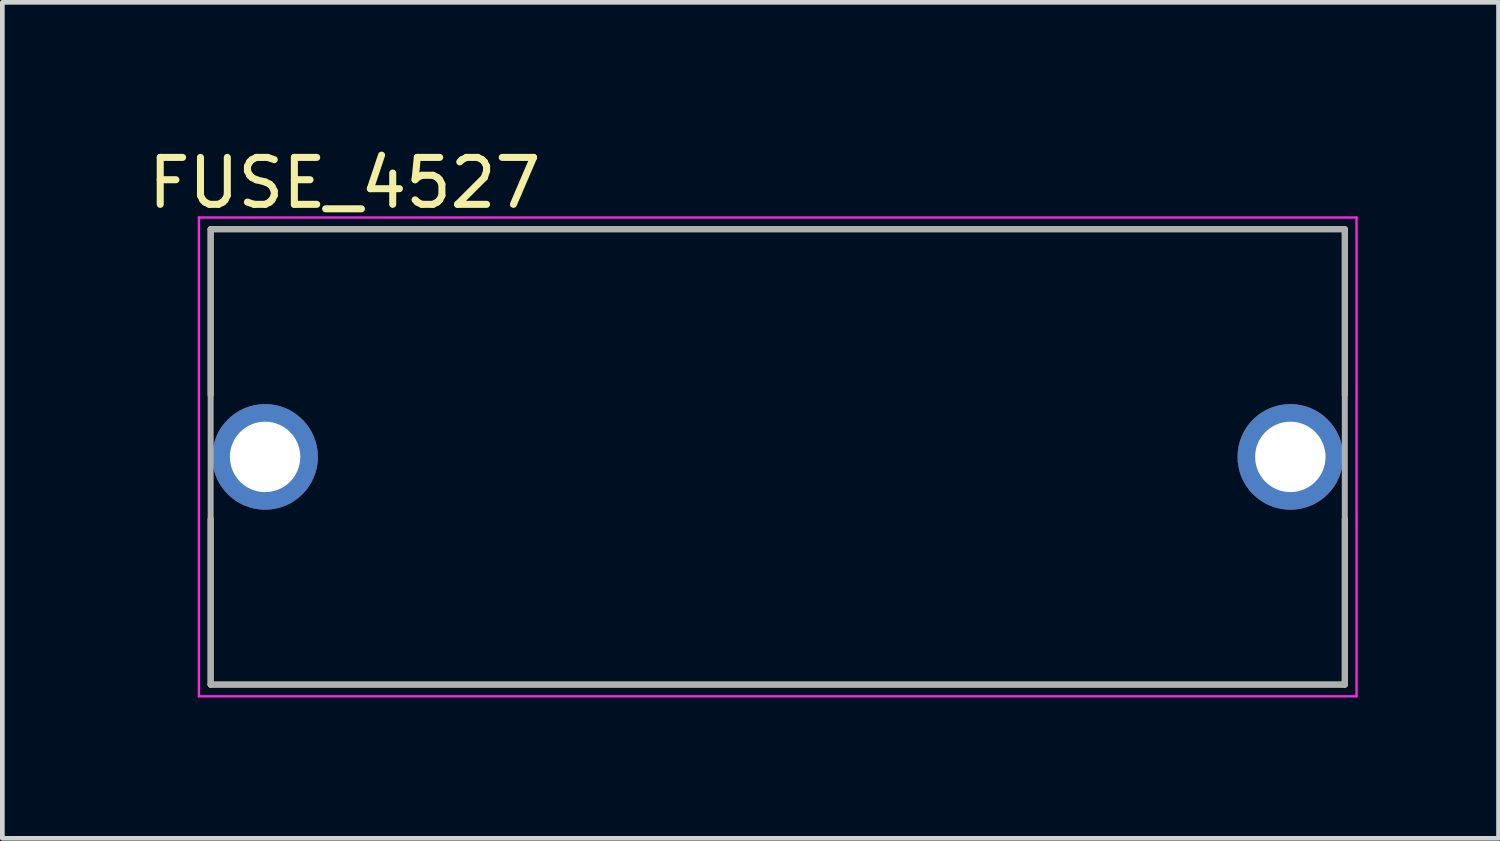
<source format=kicad_pcb>
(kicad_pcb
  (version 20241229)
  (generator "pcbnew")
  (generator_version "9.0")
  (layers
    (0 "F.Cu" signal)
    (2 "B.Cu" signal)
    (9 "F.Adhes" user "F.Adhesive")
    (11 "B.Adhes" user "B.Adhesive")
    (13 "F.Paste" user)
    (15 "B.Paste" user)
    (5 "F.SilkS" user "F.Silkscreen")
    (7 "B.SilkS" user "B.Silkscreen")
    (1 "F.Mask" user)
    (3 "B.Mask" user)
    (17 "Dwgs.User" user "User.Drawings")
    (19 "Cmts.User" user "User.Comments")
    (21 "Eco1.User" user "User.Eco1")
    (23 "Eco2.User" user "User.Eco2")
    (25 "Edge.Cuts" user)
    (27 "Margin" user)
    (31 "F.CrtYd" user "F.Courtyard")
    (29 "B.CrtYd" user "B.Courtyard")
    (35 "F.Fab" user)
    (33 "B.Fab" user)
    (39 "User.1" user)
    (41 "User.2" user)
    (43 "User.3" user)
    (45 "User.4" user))
  (footprint "FUSE_4527"
    (layer "F.Cu")
    (at 13.517 6.683)
    (property "Reference" "FUSE_4527" (at -9.225 -5.835 0) (layer "F.SilkS") (effects (font (size 1 1) (thickness 0.15))))
    (attr through_hole)
    (fp_line (start -12.08 -4.85) (end -12.08 -1.32) (stroke (width 0.127) (type solid)) (layer "F.SilkS"))
    (fp_line (start -12.08 -4.85) (end 12.08 -4.85) (stroke (width 0.127) (type solid)) (layer "F.SilkS"))
    (fp_line (start -12.08 4.85) (end -12.08 1.32) (stroke (width 0.127) (type solid)) (layer "F.SilkS"))
    (fp_line (start -12.08 4.85) (end 12.08 4.85) (stroke (width 0.127) (type solid)) (layer "F.SilkS"))
    (fp_line (start 12.08 -4.85) (end 12.08 -1.32) (stroke (width 0.127) (type solid)) (layer "F.SilkS"))
    (fp_line (start 12.08 4.85) (end 12.08 1.32) (stroke (width 0.127) (type solid)) (layer "F.SilkS"))
    (fp_line (start -12.33 -5.1) (end 12.33 -5.1) (stroke (width 0.05) (type solid)) (layer "F.CrtYd"))
    (fp_line (start -12.33 5.1) (end -12.33 -5.1) (stroke (width 0.05) (type solid)) (layer "F.CrtYd"))
    (fp_line (start 12.33 -5.1) (end 12.33 5.1) (stroke (width 0.05) (type solid)) (layer "F.CrtYd"))
    (fp_line (start 12.33 5.1) (end -12.33 5.1) (stroke (width 0.05) (type solid)) (layer "F.CrtYd"))
    (fp_line (start -12.08 -4.85) (end 12.08 -4.85) (stroke (width 0.127) (type solid)) (layer "F.Fab"))
    (fp_line (start -12.08 4.85) (end -12.08 -4.85) (stroke (width 0.127) (type solid)) (layer "F.Fab"))
    (fp_line (start 12.08 -4.85) (end 12.08 4.85) (stroke (width 0.127) (type solid)) (layer "F.Fab"))
    (fp_line (start 12.08 4.85) (end -12.08 4.85) (stroke (width 0.127) (type solid)) (layer "F.Fab"))
    (pad "1" thru_hole circle (at -10.92 0) (size 2.25 2.25) (drill 1.5) (layers "*.Cu" "*.Mask"))
    (pad "2" thru_hole circle (at 10.92 0) (size 2.25 2.25) (drill 1.5) (layers "*.Cu" "*.Mask")))
  (gr_rect
    (start -3 -3)
    (end 28.872 14.808)
    (stroke (width 0.1) (type default))
    (fill no)
    (layer "Edge.Cuts")))
</source>
